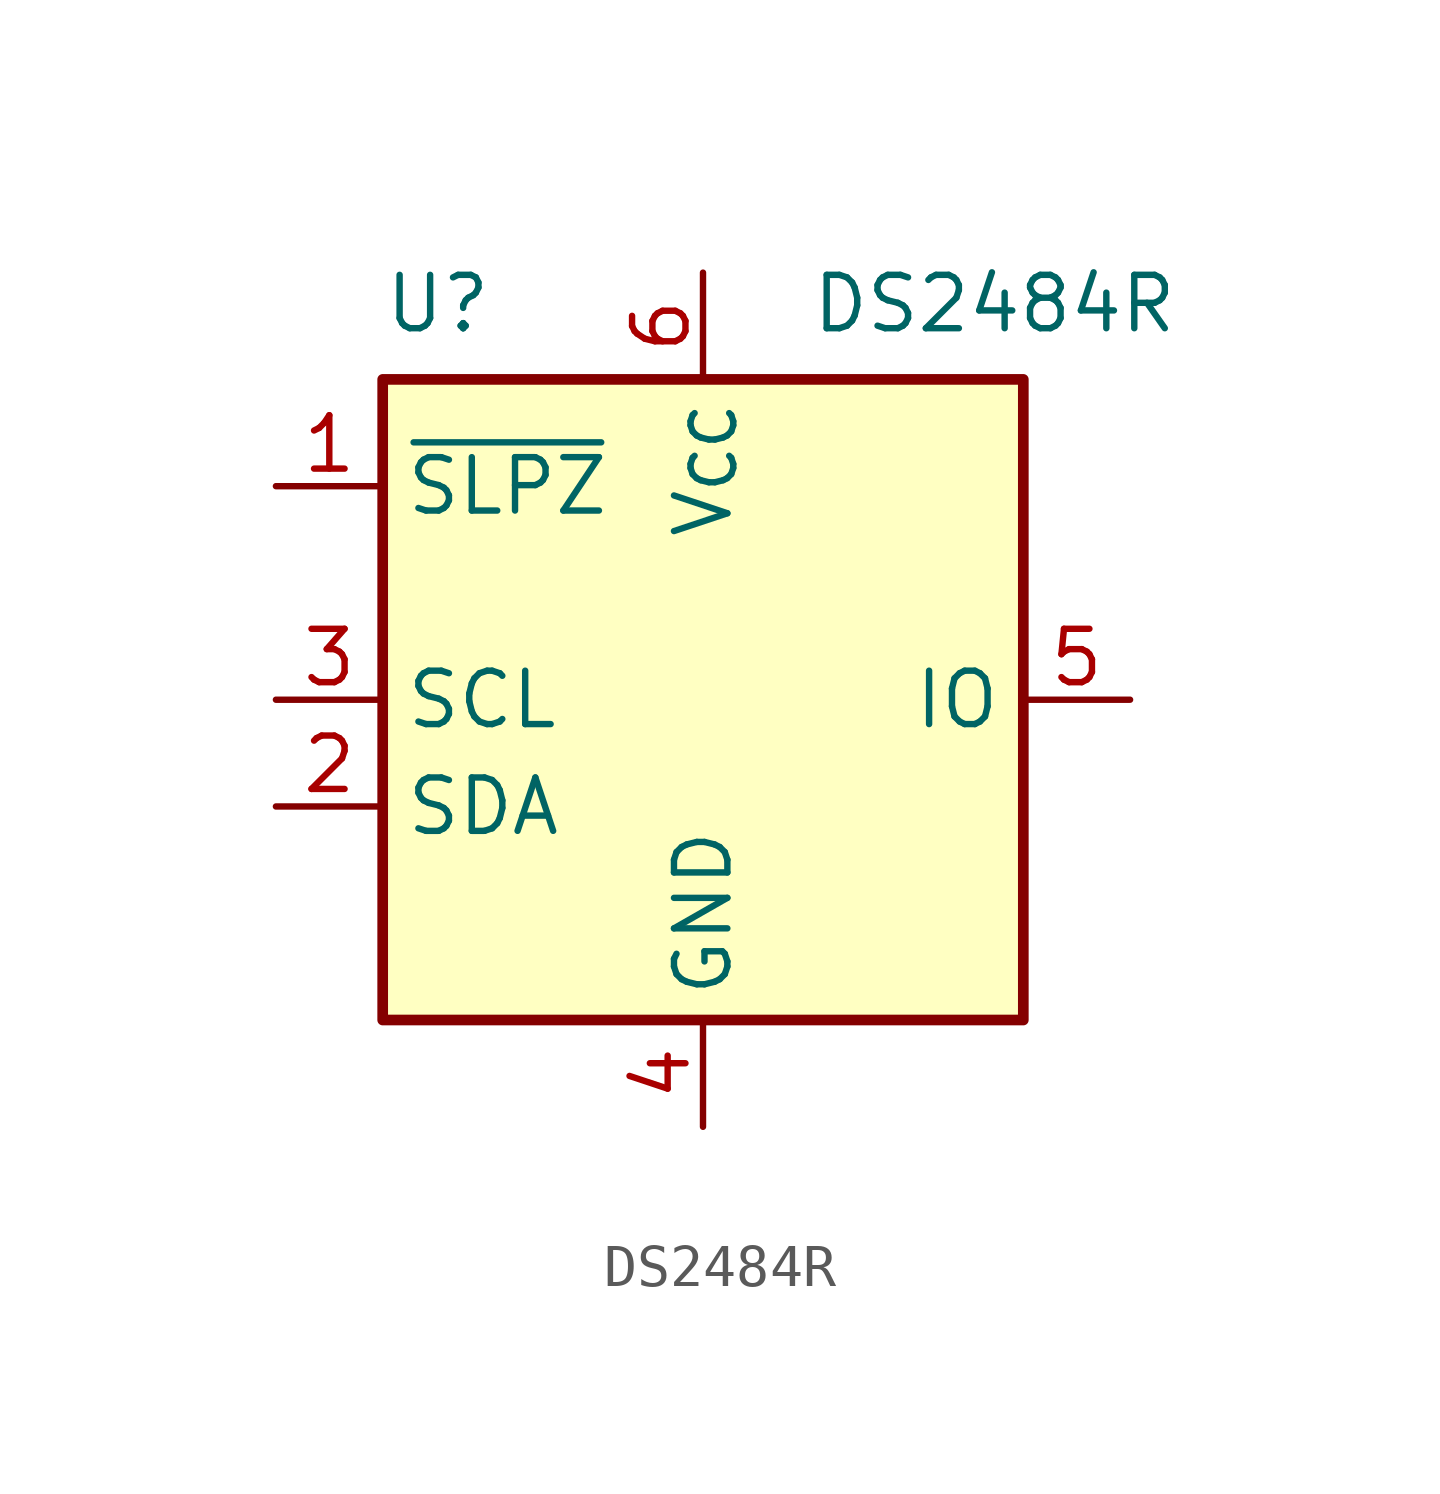
<source format=kicad_sym>
(kicad_symbol_lib
  (version 20241209)
  (generator "kicad_symbol_editor")
  (generator_version "9.0")
  (symbol "DS2484R"
    (property "Reference" "U"
      (at -7.62 10.16 0)
      (effects (font (size 1.27 1.27)) (justify left top)))
    (property "Value" "DS2484R"
      (at 2.54 10.16 0)
      (effects (font (size 1.27 1.27)) (justify left top)))
    (symbol "DS2484R_1_1"
      (rectangle (start -7.62 7.62) (end 7.62 -7.62) (stroke (width 0.254) (type default)) (fill (type background)))
      (pin input line (at -10.16 5.08 0) (length 2.54) (name "~{SLPZ}" (effects (font (size 1.27 1.27)))) (number "1" (effects (font (size 1.27 1.27)))))
      (pin input line (at -10.16 0 0) (length 2.54) (name "SCL" (effects (font (size 1.27 1.27)))) (number "3" (effects (font (size 1.27 1.27)))))
      (pin bidirectional line (at -10.16 -2.54 0) (length 2.54) (name "SDA" (effects (font (size 1.27 1.27)))) (number "2" (effects (font (size 1.27 1.27)))))
      (pin power_in line (at 0 10.16 270) (length 2.54) (name "V_{CC}" (effects (font (size 1.27 1.27)))) (number "6" (effects (font (size 1.27 1.27)))))
      (pin power_in line (at 0 -10.16 90) (length 2.54) (name "GND" (effects (font (size 1.27 1.27)))) (number "4" (effects (font (size 1.27 1.27)))))
      (pin bidirectional line (at 10.16 0 180) (length 2.54) (name "IO" (effects (font (size 1.27 1.27)))) (number "5" (effects (font (size 1.27 1.27))))))))
</source>
